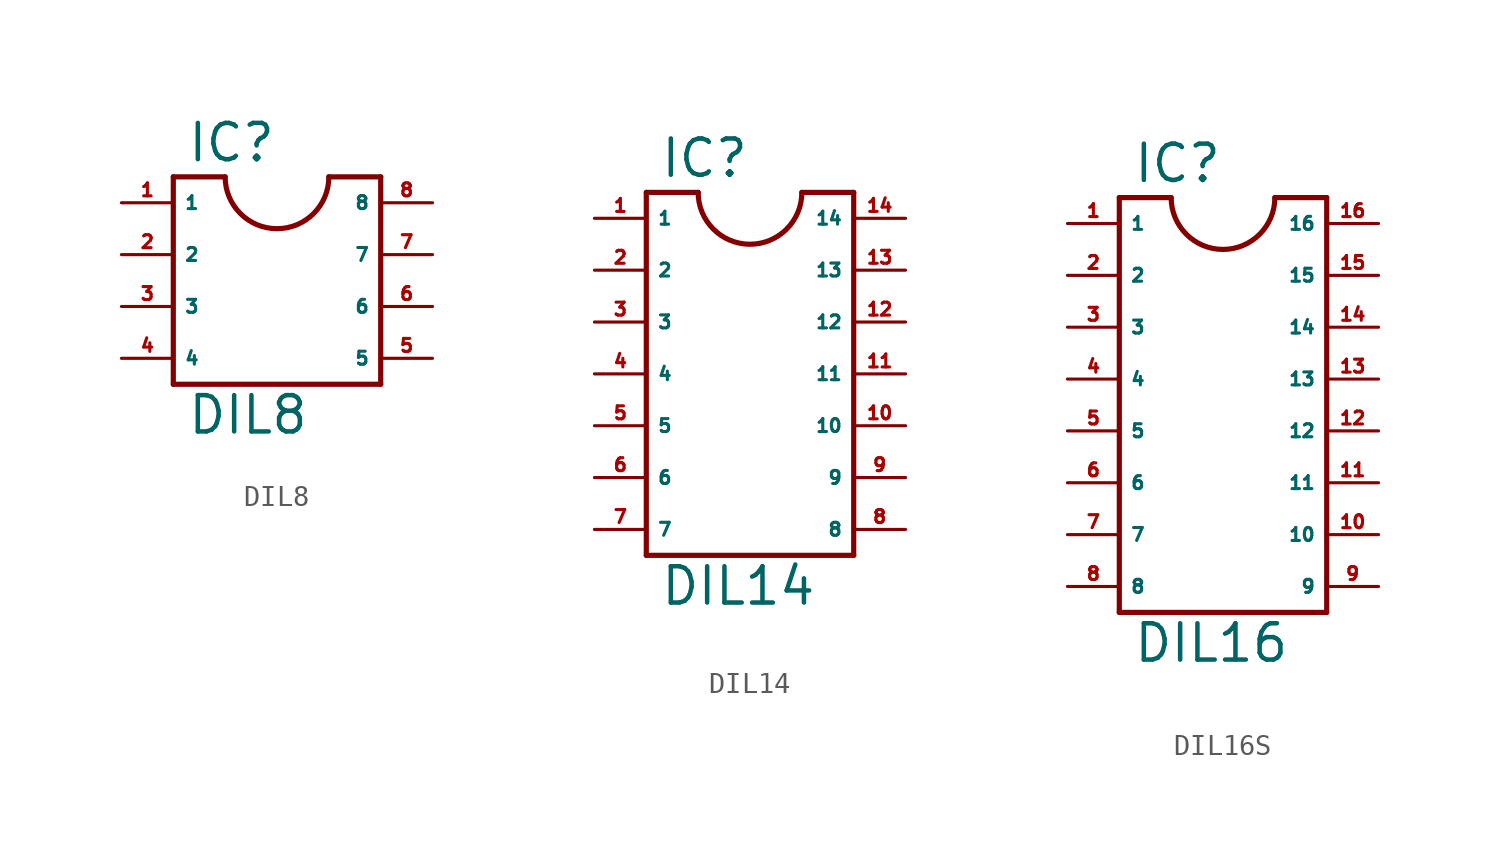
<source format=kicad_sym>
(kicad_symbol_lib
  (version 20220914)
  (generator Eagle2Kicad)
  (symbol "DIL8"
    (property "Reference" "IC"
      (at -4.445 4.445 0)
      (effects (font (size 1.778 1.778) (thickness 0.22)) (justify left bottom)))
    (property "Value" "DIL8"
      (at -4.445 -8.89 0)
      (effects (font (size 1.778 1.778) (thickness 0.22)) (justify left bottom)))
    (polyline
      (pts (xy -5.08 3.81) (xy -5.08 -6.35))
      (stroke (width 0.254) (type default))
      (fill (type none)))
    (polyline
      (pts (xy -5.08 -6.35) (xy 5.08 -6.35))
      (stroke (width 0.254) (type default))
      (fill (type none)))
    (polyline
      (pts (xy 5.08 -6.35) (xy 5.08 3.81))
      (stroke (width 0.254) (type default))
      (fill (type none)))
    (polyline
      (pts (xy 5.08 3.81) (xy 2.54 3.81))
      (stroke (width 0.254) (type default))
      (fill (type none)))
    (polyline
      (pts (xy -5.08 3.81) (xy -2.54 3.81))
      (stroke (width 0.254) (type default))
      (fill (type none)))
    (arc
      (start -2.54 3.81)
      (mid 0.000 1.270)
      (end 2.54 3.81)
      (stroke (width 0.254) (type default))
      (fill (type none)))
    (pin passive line
      (at -7.62 2.54 0)
      (length 2.54)
      (name "1" (effects (font (size 0.635 0.635) (thickness 0.08)) (justify left bottom)))
      (number "1" (effects (font (size 0.635 0.635) (thickness 0.08)) (justify left bottom))))
    (pin passive line
      (at -7.62 0 0)
      (length 2.54)
      (name "2" (effects (font (size 0.635 0.635) (thickness 0.08)) (justify left bottom)))
      (number "2" (effects (font (size 0.635 0.635) (thickness 0.08)) (justify left bottom))))
    (pin passive line
      (at -7.62 -2.54 0)
      (length 2.54)
      (name "3" (effects (font (size 0.635 0.635) (thickness 0.08)) (justify left bottom)))
      (number "3" (effects (font (size 0.635 0.635) (thickness 0.08)) (justify left bottom))))
    (pin passive line
      (at -7.62 -5.08 0)
      (length 2.54)
      (name "4" (effects (font (size 0.635 0.635) (thickness 0.08)) (justify left bottom)))
      (number "4" (effects (font (size 0.635 0.635) (thickness 0.08)) (justify left bottom))))
    (pin passive line
      (at 7.62 -5.08 180)
      (length 2.54)
      (name "5" (effects (font (size 0.635 0.635) (thickness 0.08)) (justify left bottom)))
      (number "5" (effects (font (size 0.635 0.635) (thickness 0.08)) (justify left bottom))))
    (pin passive line
      (at 7.62 -2.54 180)
      (length 2.54)
      (name "6" (effects (font (size 0.635 0.635) (thickness 0.08)) (justify left bottom)))
      (number "6" (effects (font (size 0.635 0.635) (thickness 0.08)) (justify left bottom))))
    (pin passive line
      (at 7.62 0 180)
      (length 2.54)
      (name "7" (effects (font (size 0.635 0.635) (thickness 0.08)) (justify left bottom)))
      (number "7" (effects (font (size 0.635 0.635) (thickness 0.08)) (justify left bottom))))
    (pin passive line
      (at 7.62 2.54 180)
      (length 2.54)
      (name "8" (effects (font (size 0.635 0.635) (thickness 0.08)) (justify left bottom)))
      (number "8" (effects (font (size 0.635 0.635) (thickness 0.08)) (justify left bottom)))))
  (symbol "DIL14"
    (property "Reference" "IC"
      (at -4.445 9.525 0)
      (effects (font (size 1.778 1.778) (thickness 0.22)) (justify left bottom)))
    (property "Value" "DIL14"
      (at -4.445 -11.43 0)
      (effects (font (size 1.778 1.778) (thickness 0.22)) (justify left bottom)))
    (polyline
      (pts (xy -5.08 8.89) (xy -5.08 -8.89))
      (stroke (width 0.254) (type default))
      (fill (type none)))
    (polyline
      (pts (xy -5.08 -8.89) (xy 5.08 -8.89))
      (stroke (width 0.254) (type default))
      (fill (type none)))
    (polyline
      (pts (xy 5.08 -8.89) (xy 5.08 8.89))
      (stroke (width 0.254) (type default))
      (fill (type none)))
    (polyline
      (pts (xy 5.08 8.89) (xy 2.54 8.89))
      (stroke (width 0.254) (type default))
      (fill (type none)))
    (polyline
      (pts (xy -5.08 8.89) (xy -2.54 8.89))
      (stroke (width 0.254) (type default))
      (fill (type none)))
    (arc
      (start -2.54 8.89)
      (mid 0.000 6.350)
      (end 2.54 8.89)
      (stroke (width 0.254) (type default))
      (fill (type none)))
    (pin passive line
      (at -7.62 7.62 0)
      (length 2.54)
      (name "1" (effects (font (size 0.635 0.635) (thickness 0.08)) (justify left bottom)))
      (number "1" (effects (font (size 0.635 0.635) (thickness 0.08)) (justify left bottom))))
    (pin passive line
      (at -7.62 5.08 0)
      (length 2.54)
      (name "2" (effects (font (size 0.635 0.635) (thickness 0.08)) (justify left bottom)))
      (number "2" (effects (font (size 0.635 0.635) (thickness 0.08)) (justify left bottom))))
    (pin passive line
      (at -7.62 2.54 0)
      (length 2.54)
      (name "3" (effects (font (size 0.635 0.635) (thickness 0.08)) (justify left bottom)))
      (number "3" (effects (font (size 0.635 0.635) (thickness 0.08)) (justify left bottom))))
    (pin passive line
      (at -7.62 0 0)
      (length 2.54)
      (name "4" (effects (font (size 0.635 0.635) (thickness 0.08)) (justify left bottom)))
      (number "4" (effects (font (size 0.635 0.635) (thickness 0.08)) (justify left bottom))))
    (pin passive line
      (at -7.62 -2.54 0)
      (length 2.54)
      (name "5" (effects (font (size 0.635 0.635) (thickness 0.08)) (justify left bottom)))
      (number "5" (effects (font (size 0.635 0.635) (thickness 0.08)) (justify left bottom))))
    (pin passive line
      (at -7.62 -5.08 0)
      (length 2.54)
      (name "6" (effects (font (size 0.635 0.635) (thickness 0.08)) (justify left bottom)))
      (number "6" (effects (font (size 0.635 0.635) (thickness 0.08)) (justify left bottom))))
    (pin passive line
      (at -7.62 -7.62 0)
      (length 2.54)
      (name "7" (effects (font (size 0.635 0.635) (thickness 0.08)) (justify left bottom)))
      (number "7" (effects (font (size 0.635 0.635) (thickness 0.08)) (justify left bottom))))
    (pin passive line
      (at 7.62 -7.62 180)
      (length 2.54)
      (name "8" (effects (font (size 0.635 0.635) (thickness 0.08)) (justify left bottom)))
      (number "8" (effects (font (size 0.635 0.635) (thickness 0.08)) (justify left bottom))))
    (pin passive line
      (at 7.62 -5.08 180)
      (length 2.54)
      (name "9" (effects (font (size 0.635 0.635) (thickness 0.08)) (justify left bottom)))
      (number "9" (effects (font (size 0.635 0.635) (thickness 0.08)) (justify left bottom))))
    (pin passive line
      (at 7.62 -2.54 180)
      (length 2.54)
      (name "10" (effects (font (size 0.635 0.635) (thickness 0.08)) (justify left bottom)))
      (number "10" (effects (font (size 0.635 0.635) (thickness 0.08)) (justify left bottom))))
    (pin passive line
      (at 7.62 0 180)
      (length 2.54)
      (name "11" (effects (font (size 0.635 0.635) (thickness 0.08)) (justify left bottom)))
      (number "11" (effects (font (size 0.635 0.635) (thickness 0.08)) (justify left bottom))))
    (pin passive line
      (at 7.62 2.54 180)
      (length 2.54)
      (name "12" (effects (font (size 0.635 0.635) (thickness 0.08)) (justify left bottom)))
      (number "12" (effects (font (size 0.635 0.635) (thickness 0.08)) (justify left bottom))))
    (pin passive line
      (at 7.62 5.08 180)
      (length 2.54)
      (name "13" (effects (font (size 0.635 0.635) (thickness 0.08)) (justify left bottom)))
      (number "13" (effects (font (size 0.635 0.635) (thickness 0.08)) (justify left bottom))))
    (pin passive line
      (at 7.62 7.62 180)
      (length 2.54)
      (name "14" (effects (font (size 0.635 0.635) (thickness 0.08)) (justify left bottom)))
      (number "14" (effects (font (size 0.635 0.635) (thickness 0.08)) (justify left bottom)))))
  (symbol "DIL16S"
    (property "Reference" "IC"
      (at -4.445 9.525 0)
      (effects (font (size 1.778 1.778) (thickness 0.22)) (justify left bottom)))
    (property "Value" "DIL16"
      (at -4.445 -13.97 0)
      (effects (font (size 1.778 1.778) (thickness 0.22)) (justify left bottom)))
    (polyline
      (pts (xy -5.08 8.89) (xy -5.08 -11.43))
      (stroke (width 0.254) (type default))
      (fill (type none)))
    (polyline
      (pts (xy -5.08 -11.43) (xy 5.08 -11.43))
      (stroke (width 0.254) (type default))
      (fill (type none)))
    (polyline
      (pts (xy 5.08 -11.43) (xy 5.08 8.89))
      (stroke (width 0.254) (type default))
      (fill (type none)))
    (polyline
      (pts (xy 5.08 8.89) (xy 2.54 8.89))
      (stroke (width 0.254) (type default))
      (fill (type none)))
    (polyline
      (pts (xy -5.08 8.89) (xy -2.54 8.89))
      (stroke (width 0.254) (type default))
      (fill (type none)))
    (arc
      (start -2.54 8.89)
      (mid 0.000 6.350)
      (end 2.54 8.89)
      (stroke (width 0.254) (type default))
      (fill (type none)))
    (pin passive line
      (at -7.62 7.62 0)
      (length 2.54)
      (name "1" (effects (font (size 0.635 0.635) (thickness 0.08)) (justify left bottom)))
      (number "1" (effects (font (size 0.635 0.635) (thickness 0.08)) (justify left bottom))))
    (pin passive line
      (at -7.62 5.08 0)
      (length 2.54)
      (name "2" (effects (font (size 0.635 0.635) (thickness 0.08)) (justify left bottom)))
      (number "2" (effects (font (size 0.635 0.635) (thickness 0.08)) (justify left bottom))))
    (pin passive line
      (at -7.62 2.54 0)
      (length 2.54)
      (name "3" (effects (font (size 0.635 0.635) (thickness 0.08)) (justify left bottom)))
      (number "3" (effects (font (size 0.635 0.635) (thickness 0.08)) (justify left bottom))))
    (pin passive line
      (at -7.62 0 0)
      (length 2.54)
      (name "4" (effects (font (size 0.635 0.635) (thickness 0.08)) (justify left bottom)))
      (number "4" (effects (font (size 0.635 0.635) (thickness 0.08)) (justify left bottom))))
    (pin passive line
      (at -7.62 -2.54 0)
      (length 2.54)
      (name "5" (effects (font (size 0.635 0.635) (thickness 0.08)) (justify left bottom)))
      (number "5" (effects (font (size 0.635 0.635) (thickness 0.08)) (justify left bottom))))
    (pin passive line
      (at -7.62 -5.08 0)
      (length 2.54)
      (name "6" (effects (font (size 0.635 0.635) (thickness 0.08)) (justify left bottom)))
      (number "6" (effects (font (size 0.635 0.635) (thickness 0.08)) (justify left bottom))))
    (pin passive line
      (at -7.62 -7.62 0)
      (length 2.54)
      (name "7" (effects (font (size 0.635 0.635) (thickness 0.08)) (justify left bottom)))
      (number "7" (effects (font (size 0.635 0.635) (thickness 0.08)) (justify left bottom))))
    (pin passive line
      (at -7.62 -10.16 0)
      (length 2.54)
      (name "8" (effects (font (size 0.635 0.635) (thickness 0.08)) (justify left bottom)))
      (number "8" (effects (font (size 0.635 0.635) (thickness 0.08)) (justify left bottom))))
    (pin passive line
      (at 7.62 -10.16 180)
      (length 2.54)
      (name "9" (effects (font (size 0.635 0.635) (thickness 0.08)) (justify left bottom)))
      (number "9" (effects (font (size 0.635 0.635) (thickness 0.08)) (justify left bottom))))
    (pin passive line
      (at 7.62 -7.62 180)
      (length 2.54)
      (name "10" (effects (font (size 0.635 0.635) (thickness 0.08)) (justify left bottom)))
      (number "10" (effects (font (size 0.635 0.635) (thickness 0.08)) (justify left bottom))))
    (pin passive line
      (at 7.62 -5.08 180)
      (length 2.54)
      (name "11" (effects (font (size 0.635 0.635) (thickness 0.08)) (justify left bottom)))
      (number "11" (effects (font (size 0.635 0.635) (thickness 0.08)) (justify left bottom))))
    (pin passive line
      (at 7.62 -2.54 180)
      (length 2.54)
      (name "12" (effects (font (size 0.635 0.635) (thickness 0.08)) (justify left bottom)))
      (number "12" (effects (font (size 0.635 0.635) (thickness 0.08)) (justify left bottom))))
    (pin passive line
      (at 7.62 0 180)
      (length 2.54)
      (name "13" (effects (font (size 0.635 0.635) (thickness 0.08)) (justify left bottom)))
      (number "13" (effects (font (size 0.635 0.635) (thickness 0.08)) (justify left bottom))))
    (pin passive line
      (at 7.62 2.54 180)
      (length 2.54)
      (name "14" (effects (font (size 0.635 0.635) (thickness 0.08)) (justify left bottom)))
      (number "14" (effects (font (size 0.635 0.635) (thickness 0.08)) (justify left bottom))))
    (pin passive line
      (at 7.62 5.08 180)
      (length 2.54)
      (name "15" (effects (font (size 0.635 0.635) (thickness 0.08)) (justify left bottom)))
      (number "15" (effects (font (size 0.635 0.635) (thickness 0.08)) (justify left bottom))))
    (pin passive line
      (at 7.62 7.62 180)
      (length 2.54)
      (name "16" (effects (font (size 0.635 0.635) (thickness 0.08)) (justify left bottom)))
      (number "16" (effects (font (size 0.635 0.635) (thickness 0.08)) (justify left bottom))))))
</source>
